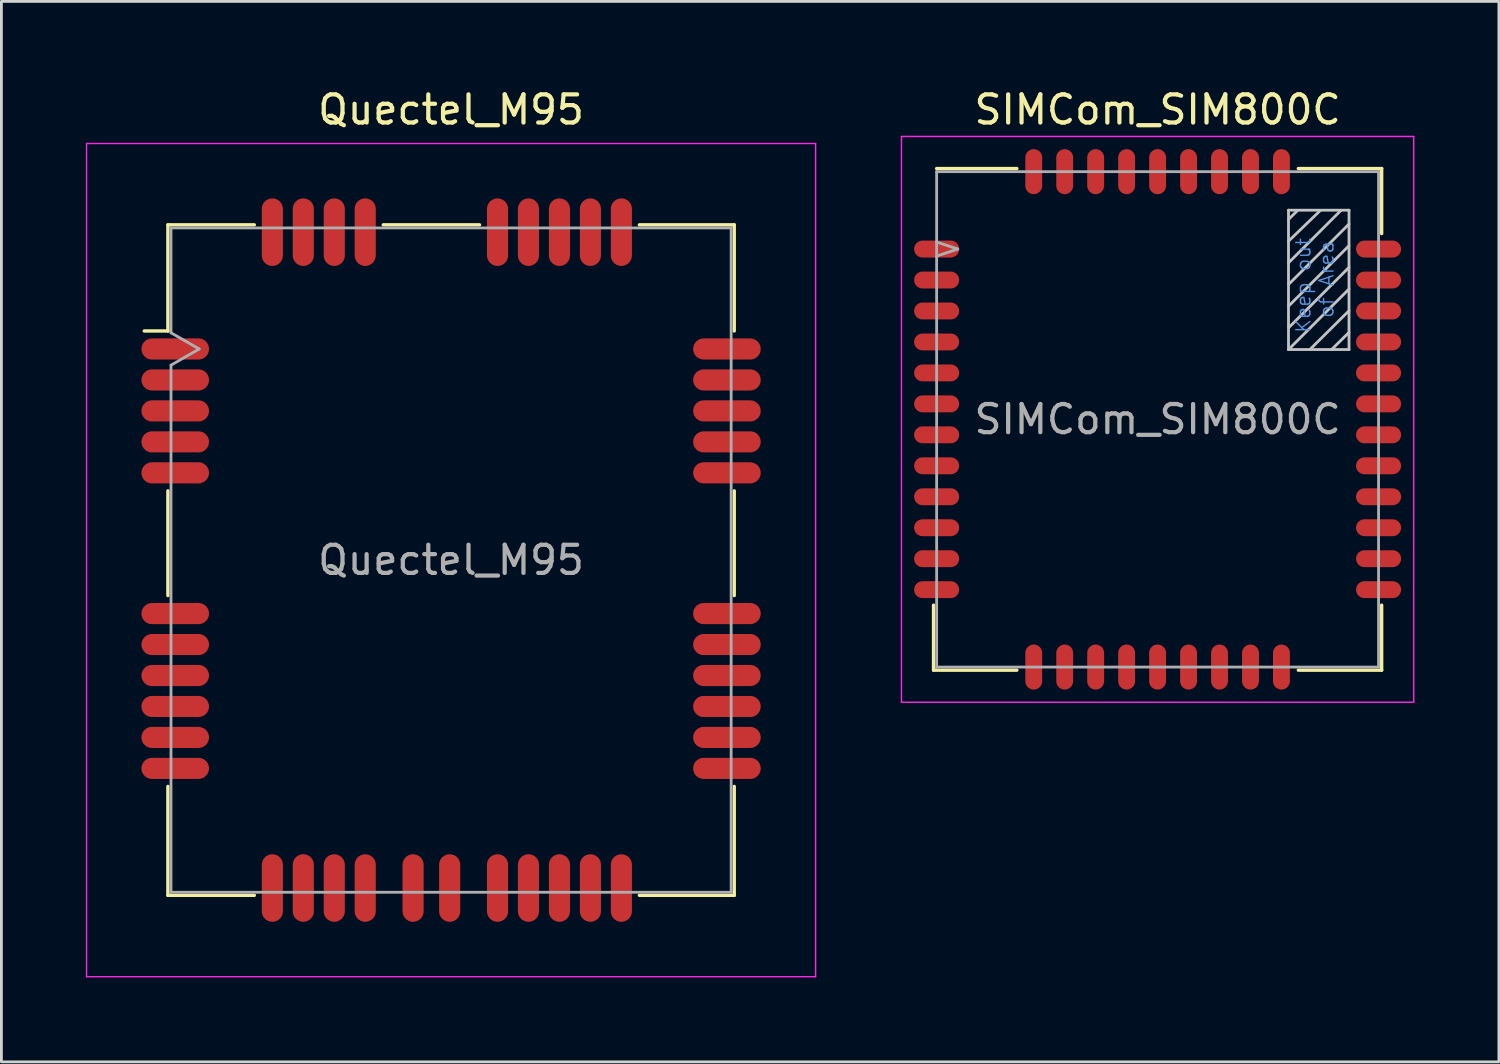
<source format=kicad_pcb>
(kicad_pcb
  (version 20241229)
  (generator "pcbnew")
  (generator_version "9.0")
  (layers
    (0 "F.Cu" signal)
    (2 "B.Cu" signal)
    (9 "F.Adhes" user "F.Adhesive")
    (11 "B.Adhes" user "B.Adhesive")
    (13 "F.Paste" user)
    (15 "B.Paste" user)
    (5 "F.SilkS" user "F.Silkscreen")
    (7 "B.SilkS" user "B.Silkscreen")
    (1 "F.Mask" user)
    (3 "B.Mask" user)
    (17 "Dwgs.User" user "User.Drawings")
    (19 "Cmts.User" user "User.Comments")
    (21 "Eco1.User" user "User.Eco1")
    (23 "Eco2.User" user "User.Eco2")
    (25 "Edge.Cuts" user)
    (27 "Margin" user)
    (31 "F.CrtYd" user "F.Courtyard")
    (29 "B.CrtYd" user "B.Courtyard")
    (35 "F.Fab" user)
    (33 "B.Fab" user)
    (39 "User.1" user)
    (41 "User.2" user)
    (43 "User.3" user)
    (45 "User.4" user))
  (footprint "SIMCom_SIM800C"
    (layer "F.Cu")
    (at 38.075 11.848)
    (property "Reference" "SIMCom_SIM800C" (at 0 -11 0) (layer "F.SilkS") (effects (font (size 1 1) (thickness 0.15))))
    (attr smd)
    (fp_line (start -7.96 8.91) (end -7.96 6.6) (stroke (width 0.12) (type solid)) (layer "F.SilkS"))
    (fp_line (start -7.96 8.91) (end -5 8.91) (stroke (width 0.12) (type solid)) (layer "F.SilkS"))
    (fp_line (start -7.85 -8.91) (end -5 -8.91) (stroke (width 0.12) (type solid)) (layer "F.SilkS"))
    (fp_line (start 7.96 -8.91) (end 5 -8.91) (stroke (width 0.12) (type solid)) (layer "F.SilkS"))
    (fp_line (start 7.96 -8.91) (end 7.96 -6.6) (stroke (width 0.12) (type solid)) (layer "F.SilkS"))
    (fp_line (start 7.96 8.91) (end 5 8.91) (stroke (width 0.12) (type solid)) (layer "F.SilkS"))
    (fp_line (start 7.96 8.91) (end 7.96 6.6) (stroke (width 0.12) (type solid)) (layer "F.SilkS"))
    (fp_line (start 4.65 -7.43) (end 4.65 -2.48) (stroke (width 0.1) (type solid)) (layer "Dwgs.User"))
    (fp_line (start 4.65 -7.43) (end 6.8 -7.43) (stroke (width 0.1) (type solid)) (layer "Dwgs.User"))
    (fp_line (start 4.65 -7.1) (end 4.97 -7.42) (stroke (width 0.1) (type solid)) (layer "Dwgs.User"))
    (fp_line (start 4.65 -6.33) (end 5.78 -7.42) (stroke (width 0.1) (type solid)) (layer "Dwgs.User"))
    (fp_line (start 4.65 -5.56) (end 6.51 -7.42) (stroke (width 0.1) (type solid)) (layer "Dwgs.User"))
    (fp_line (start 4.65 -4.79) (end 6.8 -6.94) (stroke (width 0.1) (type solid)) (layer "Dwgs.User"))
    (fp_line (start 4.65 -4.02) (end 6.8 -6.17) (stroke (width 0.1) (type solid)) (layer "Dwgs.User"))
    (fp_line (start 4.65 -3.25) (end 6.8 -5.4) (stroke (width 0.1) (type solid)) (layer "Dwgs.User"))
    (fp_line (start 4.65 -2.48) (end 6.8 -4.63) (stroke (width 0.1) (type solid)) (layer "Dwgs.User"))
    (fp_line (start 4.65 -2.48) (end 6.8 -2.48) (stroke (width 0.1) (type solid)) (layer "Dwgs.User"))
    (fp_line (start 5.415 -2.486) (end 6.8 -3.86) (stroke (width 0.1) (type solid)) (layer "Dwgs.User"))
    (fp_line (start 6.18 -2.48) (end 6.8 -3.09) (stroke (width 0.1) (type solid)) (layer "Dwgs.User"))
    (fp_line (start 6.8 -7.43) (end 6.8 -2.48) (stroke (width 0.1) (type solid)) (layer "Dwgs.User"))
    (fp_line (start -9.1 -10.05) (end -9.1 10.05) (stroke (width 0.05) (type solid)) (layer "F.CrtYd"))
    (fp_line (start -9.1 -10.05) (end 9.1 -10.05) (stroke (width 0.05) (type solid)) (layer "F.CrtYd"))
    (fp_line (start -9.1 10.05) (end 9.1 10.05) (stroke (width 0.05) (type solid)) (layer "F.CrtYd"))
    (fp_line (start 9.1 -10.05) (end 9.1 10.05) (stroke (width 0.05) (type solid)) (layer "F.CrtYd"))
    (fp_line (start -7.85 -8.8) (end -7.85 8.8) (stroke (width 0.1) (type solid)) (layer "F.Fab"))
    (fp_line (start -7.85 -8.8) (end 7.85 -8.8) (stroke (width 0.1) (type solid)) (layer "F.Fab"))
    (fp_line (start -7.85 -6.3) (end -7.1 -6.05) (stroke (width 0.1) (type solid)) (layer "F.Fab"))
    (fp_line (start -7.85 -5.8) (end -7.1 -6.05) (stroke (width 0.1) (type solid)) (layer "F.Fab"))
    (fp_line (start -7.85 8.8) (end 7.85 8.8) (stroke (width 0.1) (type solid)) (layer "F.Fab"))
    (fp_line (start 7.85 -8.8) (end 7.85 8.8) (stroke (width 0.1) (type solid)) (layer "F.Fab"))
    (fp_text user "of Area" (at 6 -4.97 90) (layer "Cmts.User") (effects (font (size 0.5 0.5) (thickness 0.05))))
    (fp_text user "Keep out " (at 5.18 -4.95 90) (layer "Cmts.User") (effects (font (size 0.5 0.5) (thickness 0.05))))
    (fp_text user "${REFERENCE}" (at 0 0 0) (layer "F.Fab") (effects (font (size 1 1) (thickness 0.15))))
    (pad "" smd oval (at -7.95 -6.05) (size 1.8 0.55) (layers "F.Paste"))
    (pad "" smd oval (at -7.95 -4.95) (size 1.8 0.55) (layers "F.Paste"))
    (pad "" smd oval (at -7.95 -3.85) (size 1.8 0.55) (layers "F.Paste"))
    (pad "" smd oval (at -7.95 -2.75) (size 1.8 0.55) (layers "F.Paste"))
    (pad "" smd oval (at -7.95 -1.65) (size 1.8 0.55) (layers "F.Paste"))
    (pad "" smd oval (at -7.95 -0.55) (size 1.8 0.55) (layers "F.Paste"))
    (pad "" smd oval (at -7.95 0.55) (size 1.8 0.55) (layers "F.Paste"))
    (pad "" smd oval (at -7.95 1.65) (size 1.8 0.55) (layers "F.Paste"))
    (pad "" smd oval (at -7.95 2.75) (size 1.8 0.55) (layers "F.Paste"))
    (pad "" smd oval (at -7.95 3.85) (size 1.8 0.55) (layers "F.Paste"))
    (pad "" smd oval (at -7.95 4.95) (size 1.8 0.55) (layers "F.Paste"))
    (pad "" smd oval (at -7.95 6.05) (size 1.8 0.55) (layers "F.Paste"))
    (pad "" smd oval (at -4.4 -8.9 90) (size 1.8 0.55) (layers "F.Paste"))
    (pad "" smd oval (at -4.4 8.9 90) (size 1.8 0.55) (layers "F.Paste"))
    (pad "" smd oval (at -3.3 -8.9 90) (size 1.8 0.55) (layers "F.Paste"))
    (pad "" smd oval (at -3.3 8.9 90) (size 1.8 0.55) (layers "F.Paste"))
    (pad "" smd oval (at -2.2 -8.9 90) (size 1.8 0.55) (layers "F.Paste"))
    (pad "" smd oval (at -2.2 8.9 90) (size 1.8 0.55) (layers "F.Paste"))
    (pad "" smd oval (at -1.1 -8.9 90) (size 1.8 0.55) (layers "F.Paste"))
    (pad "" smd oval (at -1.1 8.9 90) (size 1.8 0.55) (layers "F.Paste"))
    (pad "" smd oval (at 0 -8.9 90) (size 1.8 0.55) (layers "F.Paste"))
    (pad "" smd oval (at 0 8.9 90) (size 1.8 0.55) (layers "F.Paste"))
    (pad "" smd oval (at 1.1 -8.9 90) (size 1.8 0.55) (layers "F.Paste"))
    (pad "" smd oval (at 1.1 8.9 90) (size 1.8 0.55) (layers "F.Paste"))
    (pad "" smd oval (at 2.2 -8.9 90) (size 1.8 0.55) (layers "F.Paste"))
    (pad "" smd oval (at 2.2 8.9 90) (size 1.8 0.55) (layers "F.Paste"))
    (pad "" smd oval (at 3.3 -8.9 90) (size 1.8 0.55) (layers "F.Paste"))
    (pad "" smd oval (at 3.3 8.9 90) (size 1.8 0.55) (layers "F.Paste"))
    (pad "" smd oval (at 4.4 -8.9 90) (size 1.8 0.55) (layers "F.Paste"))
    (pad "" smd oval (at 4.4 8.9 90) (size 1.8 0.55) (layers "F.Paste"))
    (pad "" smd oval (at 7.95 -6.05) (size 1.8 0.55) (layers "F.Paste"))
    (pad "" smd oval (at 7.95 -4.95) (size 1.8 0.55) (layers "F.Paste"))
    (pad "" smd oval (at 7.95 -3.85) (size 1.8 0.55) (layers "F.Paste"))
    (pad "" smd oval (at 7.95 -2.75) (size 1.8 0.55) (layers "F.Paste"))
    (pad "" smd oval (at 7.95 -1.65) (size 1.8 0.55) (layers "F.Paste"))
    (pad "" smd oval (at 7.95 -0.55) (size 1.8 0.55) (layers "F.Paste"))
    (pad "" smd oval (at 7.95 0.55) (size 1.8 0.55) (layers "F.Paste"))
    (pad "" smd oval (at 7.95 1.65) (size 1.8 0.55) (layers "F.Paste"))
    (pad "" smd oval (at 7.95 2.75) (size 1.8 0.55) (layers "F.Paste"))
    (pad "" smd oval (at 7.95 3.85) (size 1.8 0.55) (layers "F.Paste"))
    (pad "" smd oval (at 7.95 4.95) (size 1.8 0.55) (layers "F.Paste"))
    (pad "" smd oval (at 7.95 6.05) (size 1.8 0.55) (layers "F.Paste"))
    (pad "1" smd oval (at -7.85 -6.05) (size 1.6 0.6) (layers "F.Cu" "F.Mask"))
    (pad "2" smd oval (at -7.85 -4.95) (size 1.6 0.6) (layers "F.Cu" "F.Mask"))
    (pad "3" smd oval (at -7.85 -3.85) (size 1.6 0.6) (layers "F.Cu" "F.Mask"))
    (pad "4" smd oval (at -7.85 -2.75) (size 1.6 0.6) (layers "F.Cu" "F.Mask"))
    (pad "5" smd oval (at -7.85 -1.65) (size 1.6 0.6) (layers "F.Cu" "F.Mask"))
    (pad "6" smd oval (at -7.85 -0.55) (size 1.6 0.6) (layers "F.Cu" "F.Mask"))
    (pad "7" smd oval (at -7.85 0.55) (size 1.6 0.6) (layers "F.Cu" "F.Mask"))
    (pad "8" smd oval (at -7.85 1.65) (size 1.6 0.6) (layers "F.Cu" "F.Mask"))
    (pad "9" smd oval (at -7.85 2.75) (size 1.6 0.6) (layers "F.Cu" "F.Mask"))
    (pad "10" smd oval (at -7.85 3.85) (size 1.6 0.6) (layers "F.Cu" "F.Mask"))
    (pad "11" smd oval (at -7.85 4.95) (size 1.6 0.6) (layers "F.Cu" "F.Mask"))
    (pad "12" smd oval (at -7.85 6.05) (size 1.6 0.6) (layers "F.Cu" "F.Mask"))
    (pad "13" smd oval (at -4.4 8.8) (size 0.6 1.6) (layers "F.Cu" "F.Mask"))
    (pad "14" smd oval (at -3.3 8.8) (size 0.6 1.6) (layers "F.Cu" "F.Mask"))
    (pad "15" smd oval (at -2.2 8.8) (size 0.6 1.6) (layers "F.Cu" "F.Mask"))
    (pad "16" smd oval (at -1.1 8.8) (size 0.6 1.6) (layers "F.Cu" "F.Mask"))
    (pad "17" smd oval (at 0 8.8) (size 0.6 1.6) (layers "F.Cu" "F.Mask"))
    (pad "18" smd oval (at 1.1 8.8) (size 0.6 1.6) (layers "F.Cu" "F.Mask"))
    (pad "19" smd oval (at 2.2 8.8) (size 0.6 1.6) (layers "F.Cu" "F.Mask"))
    (pad "20" smd oval (at 3.3 8.8) (size 0.6 1.6) (layers "F.Cu" "F.Mask"))
    (pad "21" smd oval (at 4.4 8.8) (size 0.6 1.6) (layers "F.Cu" "F.Mask"))
    (pad "22" smd oval (at 7.85 6.05) (size 1.6 0.6) (layers "F.Cu" "F.Mask"))
    (pad "23" smd oval (at 7.85 4.95) (size 1.6 0.6) (layers "F.Cu" "F.Mask"))
    (pad "24" smd oval (at 7.85 3.85) (size 1.6 0.6) (layers "F.Cu" "F.Mask"))
    (pad "25" smd oval (at 7.85 2.75) (size 1.6 0.6) (layers "F.Cu" "F.Mask"))
    (pad "26" smd oval (at 7.85 1.65) (size 1.6 0.6) (layers "F.Cu" "F.Mask"))
    (pad "27" smd oval (at 7.85 0.55) (size 1.6 0.6) (layers "F.Cu" "F.Mask"))
    (pad "28" smd oval (at 7.85 -0.55) (size 1.6 0.6) (layers "F.Cu" "F.Mask"))
    (pad "29" smd oval (at 7.85 -1.65) (size 1.6 0.6) (layers "F.Cu" "F.Mask"))
    (pad "30" smd oval (at 7.85 -2.75) (size 1.6 0.6) (layers "F.Cu" "F.Mask"))
    (pad "31" smd oval (at 7.85 -3.85) (size 1.6 0.6) (layers "F.Cu" "F.Mask"))
    (pad "32" smd oval (at 7.85 -4.95) (size 1.6 0.6) (layers "F.Cu" "F.Mask"))
    (pad "33" smd oval (at 7.85 -6.05) (size 1.6 0.6) (layers "F.Cu" "F.Mask"))
    (pad "34" smd oval (at 4.4 -8.8) (size 0.6 1.6) (layers "F.Cu" "F.Mask"))
    (pad "35" smd oval (at 3.3 -8.8) (size 0.6 1.6) (layers "F.Cu" "F.Mask"))
    (pad "36" smd oval (at 2.2 -8.8) (size 0.6 1.6) (layers "F.Cu" "F.Mask"))
    (pad "37" smd oval (at 1.1 -8.8) (size 0.6 1.6) (layers "F.Cu" "F.Mask"))
    (pad "38" smd oval (at 0 -8.8) (size 0.6 1.6) (layers "F.Cu" "F.Mask"))
    (pad "39" smd oval (at -1.1 -8.8) (size 0.6 1.6) (layers "F.Cu" "F.Mask"))
    (pad "40" smd oval (at -2.2 -8.8) (size 0.6 1.6) (layers "F.Cu" "F.Mask"))
    (pad "41" smd oval (at -3.3 -8.8) (size 0.6 1.6) (layers "F.Cu" "F.Mask"))
    (pad "42" smd oval (at -4.4 -8.8) (size 0.6 1.6) (layers "F.Cu" "F.Mask")))
  (footprint "Quectel_M95"
    (layer "F.Cu")
    (at 12.975 16.848)
    (property "Reference" "Quectel_M95" (at 0 -16 0) (layer "F.SilkS") (effects (font (size 1 1) (thickness 0.15))))
    (attr smd)
    (fp_line (start -10.06 -11.91) (end -6.99 -11.91) (stroke (width 0.12) (type solid)) (layer "F.SilkS"))
    (fp_line (start -10.06 -8.14) (end -10.9 -8.14) (stroke (width 0.12) (type solid)) (layer "F.SilkS"))
    (fp_line (start -10.06 -8.14) (end -10.06 -11.91) (stroke (width 0.12) (type solid)) (layer "F.SilkS"))
    (fp_line (start -10.06 -2.46) (end -10.06 1.26) (stroke (width 0.12) (type solid)) (layer "F.SilkS"))
    (fp_line (start -10.06 11.91) (end -10.06 8.04) (stroke (width 0.12) (type solid)) (layer "F.SilkS"))
    (fp_line (start -10.06 11.91) (end -6.99 11.91) (stroke (width 0.12) (type solid)) (layer "F.SilkS"))
    (fp_line (start -2.41 -11.91) (end 1.01 -11.91) (stroke (width 0.12) (type solid)) (layer "F.SilkS"))
    (fp_line (start 6.69 -11.91) (end 10.06 -11.91) (stroke (width 0.12) (type solid)) (layer "F.SilkS"))
    (fp_line (start 6.69 11.91) (end 10.06 11.91) (stroke (width 0.12) (type solid)) (layer "F.SilkS"))
    (fp_line (start 10.06 -8.14) (end 10.06 -11.91) (stroke (width 0.12) (type solid)) (layer "F.SilkS"))
    (fp_line (start 10.06 -2.46) (end 10.06 1.26) (stroke (width 0.12) (type solid)) (layer "F.SilkS"))
    (fp_line (start 10.06 11.91) (end 10.06 8.04) (stroke (width 0.12) (type solid)) (layer "F.SilkS"))
    (fp_line (start -12.95 -14.8) (end -12.95 14.8) (stroke (width 0.05) (type solid)) (layer "F.CrtYd"))
    (fp_line (start -12.95 -14.8) (end 12.95 -14.8) (stroke (width 0.05) (type solid)) (layer "F.CrtYd"))
    (fp_line (start -12.95 14.8) (end 12.95 14.8) (stroke (width 0.05) (type solid)) (layer "F.CrtYd"))
    (fp_line (start 12.95 -14.8) (end 12.95 14.8) (stroke (width 0.05) (type solid)) (layer "F.CrtYd"))
    (fp_line (start -9.95 -11.8) (end -9.95 -8.075) (stroke (width 0.1) (type solid)) (layer "F.Fab"))
    (fp_line (start -9.95 -11.8) (end 9.95 -11.8) (stroke (width 0.1) (type solid)) (layer "F.Fab"))
    (fp_line (start -9.95 -8.075) (end -8.95 -7.5) (stroke (width 0.1) (type solid)) (layer "F.Fab"))
    (fp_line (start -9.95 -6.925) (end -9.95 11.8) (stroke (width 0.1) (type solid)) (layer "F.Fab"))
    (fp_line (start -8.95 -7.5) (end -9.95 -6.925) (stroke (width 0.1) (type solid)) (layer "F.Fab"))
    (fp_line (start 9.95 -11.8) (end 9.95 11.8) (stroke (width 0.1) (type solid)) (layer "F.Fab"))
    (fp_line (start 9.95 11.8) (end -9.95 11.8) (stroke (width 0.1) (type solid)) (layer "F.Fab"))
    (fp_text user "${REFERENCE}" (at 0 0 0) (layer "F.Fab") (effects (font (size 1 1) (thickness 0.15))))
    (pad "" smd oval (at -10.1 -7.5) (size 2.8 0.675) (layers "F.Paste"))
    (pad "" smd oval (at -10.1 -6.4) (size 2.8 0.675) (layers "F.Paste"))
    (pad "" smd oval (at -10.1 -5.3) (size 2.8 0.675) (layers "F.Paste"))
    (pad "" smd oval (at -10.1 -4.2) (size 2.8 0.675) (layers "F.Paste"))
    (pad "" smd oval (at -10.1 -3.1) (size 2.8 0.675) (layers "F.Paste"))
    (pad "" smd oval (at -10.1 1.9) (size 2.8 0.675) (layers "F.Paste"))
    (pad "" smd oval (at -10.1 3) (size 2.8 0.675) (layers "F.Paste"))
    (pad "" smd oval (at -10.1 4.1) (size 2.8 0.675) (layers "F.Paste"))
    (pad "" smd oval (at -10.1 5.2) (size 2.8 0.675) (layers "F.Paste"))
    (pad "" smd oval (at -10.1 6.3) (size 2.8 0.675) (layers "F.Paste"))
    (pad "" smd oval (at -10.1 7.4) (size 2.8 0.675) (layers "F.Paste"))
    (pad "" smd oval (at -6.35 -11.95) (size 0.675 2.8) (layers "F.Paste"))
    (pad "" smd oval (at -6.35 11.95) (size 0.675 2.8) (layers "F.Paste"))
    (pad "" smd oval (at -5.25 -11.95) (size 0.675 2.8) (layers "F.Paste"))
    (pad "" smd oval (at -5.25 11.95) (size 0.675 2.8) (layers "F.Paste"))
    (pad "" smd oval (at -4.15 -11.95) (size 0.675 2.8) (layers "F.Paste"))
    (pad "" smd oval (at -4.15 11.95) (size 0.675 2.8) (layers "F.Paste"))
    (pad "" smd oval (at -3.05 -11.95) (size 0.675 2.8) (layers "F.Paste"))
    (pad "" smd oval (at -3.05 11.95) (size 0.675 2.8) (layers "F.Paste"))
    (pad "" smd oval (at -1.35 11.95) (size 0.675 2.8) (layers "F.Paste"))
    (pad "" smd oval (at -0.05 11.95) (size 0.675 2.8) (layers "F.Paste"))
    (pad "" smd oval (at 1.65 -11.95) (size 0.675 2.8) (layers "F.Paste"))
    (pad "" smd oval (at 1.65 11.95) (size 0.675 2.8) (layers "F.Paste"))
    (pad "" smd oval (at 2.75 -11.95) (size 0.675 2.8) (layers "F.Paste"))
    (pad "" smd oval (at 2.75 11.95) (size 0.675 2.8) (layers "F.Paste"))
    (pad "" smd oval (at 3.85 -11.95) (size 0.675 2.8) (layers "F.Paste"))
    (pad "" smd oval (at 3.85 11.95) (size 0.675 2.8) (layers "F.Paste"))
    (pad "" smd oval (at 4.95 -11.95) (size 0.675 2.8) (layers "F.Paste"))
    (pad "" smd oval (at 4.95 11.95) (size 0.675 2.8) (layers "F.Paste"))
    (pad "" smd oval (at 6.05 -11.95) (size 0.675 2.8) (layers "F.Paste"))
    (pad "" smd oval (at 6.05 11.95) (size 0.675 2.8) (layers "F.Paste"))
    (pad "" smd oval (at 10.1 -7.5) (size 2.8 0.675) (layers "F.Paste"))
    (pad "" smd oval (at 10.1 -6.4) (size 2.8 0.675) (layers "F.Paste"))
    (pad "" smd oval (at 10.1 -5.3) (size 2.8 0.675) (layers "F.Paste"))
    (pad "" smd oval (at 10.1 -4.2) (size 2.8 0.675) (layers "F.Paste"))
    (pad "" smd oval (at 10.1 -3.1) (size 2.8 0.675) (layers "F.Paste"))
    (pad "" smd oval (at 10.1 1.9) (size 2.8 0.675) (layers "F.Paste"))
    (pad "" smd oval (at 10.1 3) (size 2.8 0.675) (layers "F.Paste"))
    (pad "" smd oval (at 10.1 4.1) (size 2.8 0.675) (layers "F.Paste"))
    (pad "" smd oval (at 10.1 5.2) (size 2.8 0.675) (layers "F.Paste"))
    (pad "" smd oval (at 10.1 6.3) (size 2.8 0.675) (layers "F.Paste"))
    (pad "" smd oval (at 10.1 7.4) (size 2.8 0.675) (layers "F.Paste"))
    (pad "1" smd oval (at -9.8 -7.5) (size 2.4 0.75) (layers "F.Cu" "F.Mask"))
    (pad "2" smd oval (at -9.8 -6.4) (size 2.4 0.75) (layers "F.Cu" "F.Mask"))
    (pad "3" smd oval (at -9.8 -5.3) (size 2.4 0.75) (layers "F.Cu" "F.Mask"))
    (pad "4" smd oval (at -9.8 -4.2) (size 2.4 0.75) (layers "F.Cu" "F.Mask"))
    (pad "5" smd oval (at -9.8 -3.1) (size 2.4 0.75) (layers "F.Cu" "F.Mask"))
    (pad "6" smd oval (at -9.8 1.9) (size 2.4 0.75) (layers "F.Cu" "F.Mask"))
    (pad "7" smd oval (at -9.8 3) (size 2.4 0.75) (layers "F.Cu" "F.Mask"))
    (pad "8" smd oval (at -9.8 4.1) (size 2.4 0.75) (layers "F.Cu" "F.Mask"))
    (pad "9" smd oval (at -9.8 5.2) (size 2.4 0.75) (layers "F.Cu" "F.Mask"))
    (pad "10" smd oval (at -9.8 6.3) (size 2.4 0.75) (layers "F.Cu" "F.Mask"))
    (pad "11" smd oval (at -9.8 7.4) (size 2.4 0.75) (layers "F.Cu" "F.Mask"))
    (pad "12" smd oval (at -6.35 11.65) (size 0.75 2.4) (layers "F.Cu" "F.Mask"))
    (pad "13" smd oval (at -5.25 11.65) (size 0.75 2.4) (layers "F.Cu" "F.Mask"))
    (pad "14" smd oval (at -4.15 11.65) (size 0.75 2.4) (layers "F.Cu" "F.Mask"))
    (pad "15" smd oval (at -3.05 11.65) (size 0.75 2.4) (layers "F.Cu" "F.Mask"))
    (pad "16" smd oval (at 1.65 11.65) (size 0.75 2.4) (layers "F.Cu" "F.Mask"))
    (pad "17" smd oval (at 2.75 11.65) (size 0.75 2.4) (layers "F.Cu" "F.Mask"))
    (pad "18" smd oval (at 3.85 11.65) (size 0.75 2.4) (layers "F.Cu" "F.Mask"))
    (pad "19" smd oval (at 4.95 11.65) (size 0.75 2.4) (layers "F.Cu" "F.Mask"))
    (pad "20" smd oval (at 6.05 11.65) (size 0.75 2.4) (layers "F.Cu" "F.Mask"))
    (pad "21" smd oval (at 9.8 7.4) (size 2.4 0.75) (layers "F.Cu" "F.Mask"))
    (pad "22" smd oval (at 9.8 6.3) (size 2.4 0.75) (layers "F.Cu" "F.Mask"))
    (pad "23" smd oval (at 9.8 5.2) (size 2.4 0.75) (layers "F.Cu" "F.Mask"))
    (pad "24" smd oval (at 9.8 4.1) (size 2.4 0.75) (layers "F.Cu" "F.Mask"))
    (pad "25" smd oval (at 9.8 3) (size 2.4 0.75) (layers "F.Cu" "F.Mask"))
    (pad "26" smd oval (at 9.8 1.9) (size 2.4 0.75) (layers "F.Cu" "F.Mask"))
    (pad "27" smd oval (at 9.8 -3.1) (size 2.4 0.75) (layers "F.Cu" "F.Mask"))
    (pad "28" smd oval (at 9.8 -4.2) (size 2.4 0.75) (layers "F.Cu" "F.Mask"))
    (pad "29" smd oval (at 9.8 -5.3) (size 2.4 0.75) (layers "F.Cu" "F.Mask"))
    (pad "30" smd oval (at 9.8 -6.4) (size 2.4 0.75) (layers "F.Cu" "F.Mask"))
    (pad "31" smd oval (at 9.8 -7.5) (size 2.4 0.75) (layers "F.Cu" "F.Mask"))
    (pad "32" smd oval (at 6.05 -11.65) (size 0.75 2.4) (layers "F.Cu" "F.Mask"))
    (pad "33" smd oval (at 4.95 -11.65) (size 0.75 2.4) (layers "F.Cu" "F.Mask"))
    (pad "34" smd oval (at 3.85 -11.65) (size 0.75 2.4) (layers "F.Cu" "F.Mask"))
    (pad "35" smd oval (at 2.75 -11.65) (size 0.75 2.4) (layers "F.Cu" "F.Mask"))
    (pad "36" smd oval (at 1.65 -11.65) (size 0.75 2.4) (layers "F.Cu" "F.Mask"))
    (pad "37" smd oval (at -3.05 -11.65) (size 0.75 2.4) (layers "F.Cu" "F.Mask"))
    (pad "38" smd oval (at -4.15 -11.65) (size 0.75 2.4) (layers "F.Cu" "F.Mask"))
    (pad "39" smd oval (at -5.25 -11.65) (size 0.75 2.4) (layers "F.Cu" "F.Mask"))
    (pad "40" smd oval (at -6.35 -11.65) (size 0.75 2.4) (layers "F.Cu" "F.Mask"))
    (pad "41" smd oval (at -1.35 11.65) (size 0.75 2.4) (layers "F.Cu" "F.Mask"))
    (pad "42" smd oval (at -0.05 11.65) (size 0.75 2.4) (layers "F.Cu" "F.Mask")))
  (gr_rect
    (start -3 -3)
    (end 50.2 34.673)
    (stroke (width 0.1) (type default))
    (fill no)
    (layer "Edge.Cuts")))
</source>
